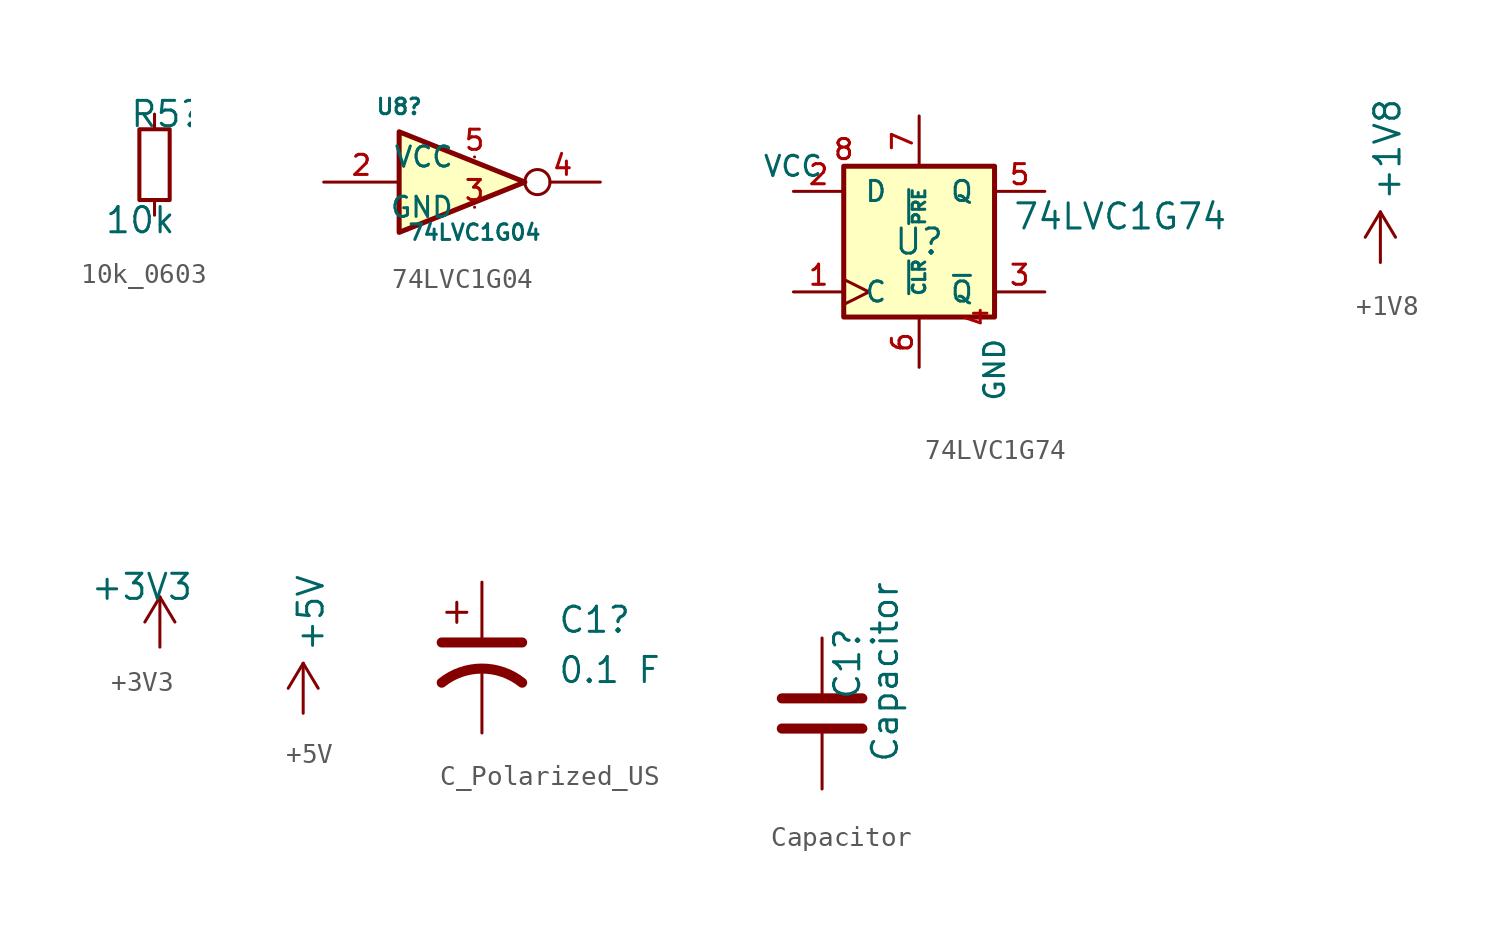
<source format=kicad_sym>
(kicad_symbol_lib
  (version 20241209)
  (generator "kicad_symbol_editor")
  (generator_version "9.0")
  (symbol "10k_0603"
    (pin_numbers
      (hide yes))
    (pin_names
      (offset 0.254)
      (hide yes))
    (property "Reference" "R5"
      (at -1.27 2.54 0)
      (effects (font (size 1.27 1.27)) (justify left)))
    (property "Value" "10k"
      (at -2.54 -2.794 0)
      (effects (font (size 1.27 1.27)) (justify left)))
    (symbol "10k_0603_0_1"
      (rectangle (start -0.762 1.778) (end 0.762 -1.778) (stroke (width 0.203) (type default)) (fill (type none))))
    (symbol "10k_0603_1_1"
      (pin passive line (at 0 2.54 270) (length 0.762) (name "~" (effects (font (size 1.27 1.27)))) (number "1" (effects (font (size 1.27 1.27)))))
      (pin passive line (at 0 -2.54 90) (length 0.762) (name "~" (effects (font (size 1.27 1.27)))) (number "2" (effects (font (size 1.27 1.27)))))))
  (symbol "74LVC1G04"
    (pin_names
      (offset 1.016))
    (property "Reference" "U8"
      (at -3.81 3.81 0)
      (effects (font (size 0.787 0.787))))
    (property "Value" "74LVC1G04"
      (at 0 -2.54 0)
      (effects (font (size 0.787 0.787))))
    (symbol "74LVC1G04_0_1"
      (polyline (pts (xy -3.81 2.54) (xy -3.81 -2.54) (xy 2.54 0) (xy -3.81 2.54)) (stroke (width 0.254) (type solid)) (fill (type background))))
    (symbol "74LVC1G04_1_0"
      (pin no_connect line (at -1.27 1.27 90) (length 2.54) (hide yes) (name "NC" (effects (font (size 1.27 1.27)))) (number "1" (effects (font (size 1.27 1.27))))))
    (symbol "74LVC1G04_1_1"
      (pin input line (at -7.62 0 0) (length 3.81) (name "~" (effects (font (size 1.016 1.016)))) (number "2" (effects (font (size 1.016 1.016)))))
      (pin power_in line (at 0 1.27 180) (length 0) (name "VCC" (effects (font (size 1.016 1.016)))) (number "5" (effects (font (size 1.016 1.016)))))
      (pin power_in line (at 0 -1.27 180) (length 0) (name "GND" (effects (font (size 1.016 1.016)))) (number "3" (effects (font (size 1.016 1.016)))))
      (pin output inverted (at 6.35 0 180) (length 3.81) (name "~" (effects (font (size 1.016 1.016)))) (number "4" (effects (font (size 1.016 1.016)))))))
  (symbol "74LVC1G74"
    (pin_names
      (offset 1.016))
    (property "Reference" "U"
      (at 0 0 0)
      (effects (font (size 1.27 1.27))))
    (property "Value" "74LVC1G74"
      (at 10.16 1.27 0)
      (effects (font (size 1.27 1.27))))
    (symbol "74LVC1G74_0_1"
      (rectangle (start -3.81 3.81) (end 3.81 -3.81) (stroke (width 0.254) (type solid)) (fill (type background))))
    (symbol "74LVC1G74_1_1"
      (pin input line (at -6.35 2.54 0) (length 2.54) (name "D" (effects (font (size 1.016 1.016)))) (number "2" (effects (font (size 1.016 1.016)))))
      (pin input clock (at -6.35 -2.54 0) (length 2.54) (name "C" (effects (font (size 1.016 1.016)))) (number "1" (effects (font (size 1.016 1.016)))))
      (pin power_in line (at -3.81 3.81 180) (length 0) (name "VCC" (effects (font (size 1.016 1.016)))) (number "8" (effects (font (size 1.016 1.016)))))
      (pin input line (at 0 6.35 270) (length 2.54) (name "~{PRE}" (effects (font (size 0.635 0.635)))) (number "7" (effects (font (size 1.016 1.016)))))
      (pin input line (at 0 -6.35 90) (length 2.54) (name "~{CLR}" (effects (font (size 0.635 0.635)))) (number "6" (effects (font (size 1.016 1.016)))))
      (pin power_in line (at 3.81 -3.81 270) (length 0) (name "GND" (effects (font (size 1.016 1.016)))) (number "4" (effects (font (size 1.016 1.016)))))
      (pin output line (at 6.35 2.54 180) (length 2.54) (name "Q" (effects (font (size 1.016 1.016)))) (number "5" (effects (font (size 1.016 1.016)))))
      (pin output line (at 6.35 -2.54 180) (length 2.54) (name "~{Q}" (effects (font (size 1.016 1.016)))) (number "3" (effects (font (size 1.016 1.016)))))))
  (symbol "+1V8"
    (power)
    (pin_names
      (offset 0))
    (property "Reference" "#PWR0104"
      (at 0 -3.81 0)
      (effects (font (size 1.27 1.27)) (hide yes)))
    (property "Value" "+1V8"
      (at 0.356 3.048 90)
      (effects (font (size 1.27 1.27)) (justify left)))
    (symbol "+1V8_0_1"
      (polyline (pts (xy -0.762 1.27) (xy 0 2.54)) (stroke (width 0) (type default)) (fill (type none)))
      (polyline (pts (xy 0 2.54) (xy 0.762 1.27)) (stroke (width 0) (type default)) (fill (type none)))
      (polyline (pts (xy 0 0) (xy 0 2.54)) (stroke (width 0) (type default)) (fill (type none))))
    (symbol "+1V8_1_1"
      (pin power_in line (at 0 0 90) (length 0) (hide yes) (name "+1V8" (effects (font (size 1.27 1.27)))) (number "1" (effects (font (size 1.27 1.27)))))))
  (symbol "+3V3"
    (power)
    (pin_names
      (offset 0))
    (property "Reference" "#PWR010"
      (at 0 -3.81 0)
      (effects (font (size 1.27 1.27)) (hide yes)))
    (property "Value" "+3V3"
      (at -3.556 3.048 0)
      (effects (font (size 1.27 1.27)) (justify left)))
    (property "Footprint" ""
      (at 0 0 0)
      (effects (font (size 1.524 1.524))))
    (property "Datasheet" ""
      (at 0 0 0)
      (effects (font (size 1.524 1.524))))
    (symbol "+3V3_0_1"
      (polyline (pts (xy -0.762 1.27) (xy 0 2.54)) (stroke (width 0) (type default)) (fill (type none)))
      (polyline (pts (xy 0 2.54) (xy 0.762 1.27)) (stroke (width 0) (type default)) (fill (type none)))
      (polyline (pts (xy 0 0) (xy 0 2.54)) (stroke (width 0) (type default)) (fill (type none))))
    (symbol "+3V3_1_1"
      (pin power_in line (at 0 0 90) (length 0) (hide yes) (name "+3V3" (effects (font (size 1.27 1.27)))) (number "1" (effects (font (size 1.27 1.27)))))))
  (symbol "+5V"
    (power)
    (pin_names
      (offset 0))
    (property "Reference" "#PWR07"
      (at 0 -3.81 0)
      (effects (font (size 1.27 1.27)) (hide yes)))
    (property "Value" "+5V"
      (at 0.381 3.048 90)
      (effects (font (size 1.27 1.27)) (justify left)))
    (property "Footprint" ""
      (at 0 0 0)
      (effects (font (size 1.524 1.524))))
    (property "Datasheet" ""
      (at 0 0 0)
      (effects (font (size 1.524 1.524))))
    (symbol "+5V_0_1"
      (polyline (pts (xy -0.762 1.27) (xy 0 2.54)) (stroke (width 0) (type default)) (fill (type none)))
      (polyline (pts (xy 0 2.54) (xy 0.762 1.27)) (stroke (width 0) (type default)) (fill (type none)))
      (polyline (pts (xy 0 0) (xy 0 2.54)) (stroke (width 0) (type default)) (fill (type none))))
    (symbol "+5V_1_1"
      (pin power_in line (at 0 0 90) (length 0) (hide yes) (name "+5V" (effects (font (size 1.27 1.27)))) (number "1" (effects (font (size 1.27 1.27)))))))
  (symbol "C_Polarized_US"
    (pin_numbers
      (hide yes))
    (pin_names
      (offset 0.254)
      (hide yes))
    (property "Reference" "C1"
      (at 3.81 1.905 0)
      (effects (font (size 1.27 1.27)) (justify left)))
    (property "Value" "0.1 F"
      (at 3.81 -0.635 0)
      (effects (font (size 1.27 1.27)) (justify left)))
    (symbol "C_Polarized_US_0_1"
      (polyline (pts (xy -2.032 0.762) (xy 2.032 0.762)) (stroke (width 0.508) (type default)) (fill (type none)))
      (polyline (pts (xy -1.778 2.286) (xy -0.762 2.286)) (stroke (width 0) (type default)) (fill (type none)))
      (polyline (pts (xy -1.27 1.778) (xy -1.27 2.794)) (stroke (width 0) (type default)) (fill (type none)))
      (arc (start -2.032 -1.27) (mid 0 -0.5572) (end 2.032 -1.27) (stroke (width 0.508) (type default)) (fill (type none))))
    (symbol "C_Polarized_US_1_1"
      (pin passive line (at 0 3.81 270) (length 2.794) (name "~" (effects (font (size 1.27 1.27)))) (number "1" (effects (font (size 1.27 1.27)))))
      (pin passive line (at 0 -3.81 90) (length 3.302) (name "~" (effects (font (size 1.27 1.27)))) (number "2" (effects (font (size 1.27 1.27)))))))
  (symbol "Capacitor"
    (pin_numbers
      (hide yes))
    (pin_names
      (offset 0.254))
    (property "Reference" "C1"
      (at 1.27 0.635 90)
      (effects (font (size 1.27 1.27)) (justify left)))
    (property "Value" "Capacitor"
      (at 3.175 -2.54 90)
      (effects (font (size 1.27 1.27)) (justify left)))
    (symbol "Capacitor_0_1"
      (polyline (pts (xy -2.032 0.762) (xy 2.032 0.762)) (stroke (width 0.508) (type solid)) (fill (type none)))
      (polyline (pts (xy -2.032 -0.762) (xy 2.032 -0.762)) (stroke (width 0.508) (type solid)) (fill (type none))))
    (symbol "Capacitor_1_1"
      (pin passive line (at 0 3.81 270) (length 2.794) (name "~" (effects (font (size 1.27 1.27)))) (number "1" (effects (font (size 1.27 1.27)))))
      (pin passive line (at 0 -3.81 90) (length 2.794) (name "~" (effects (font (size 1.27 1.27)))) (number "2" (effects (font (size 1.27 1.27))))))))
</source>
